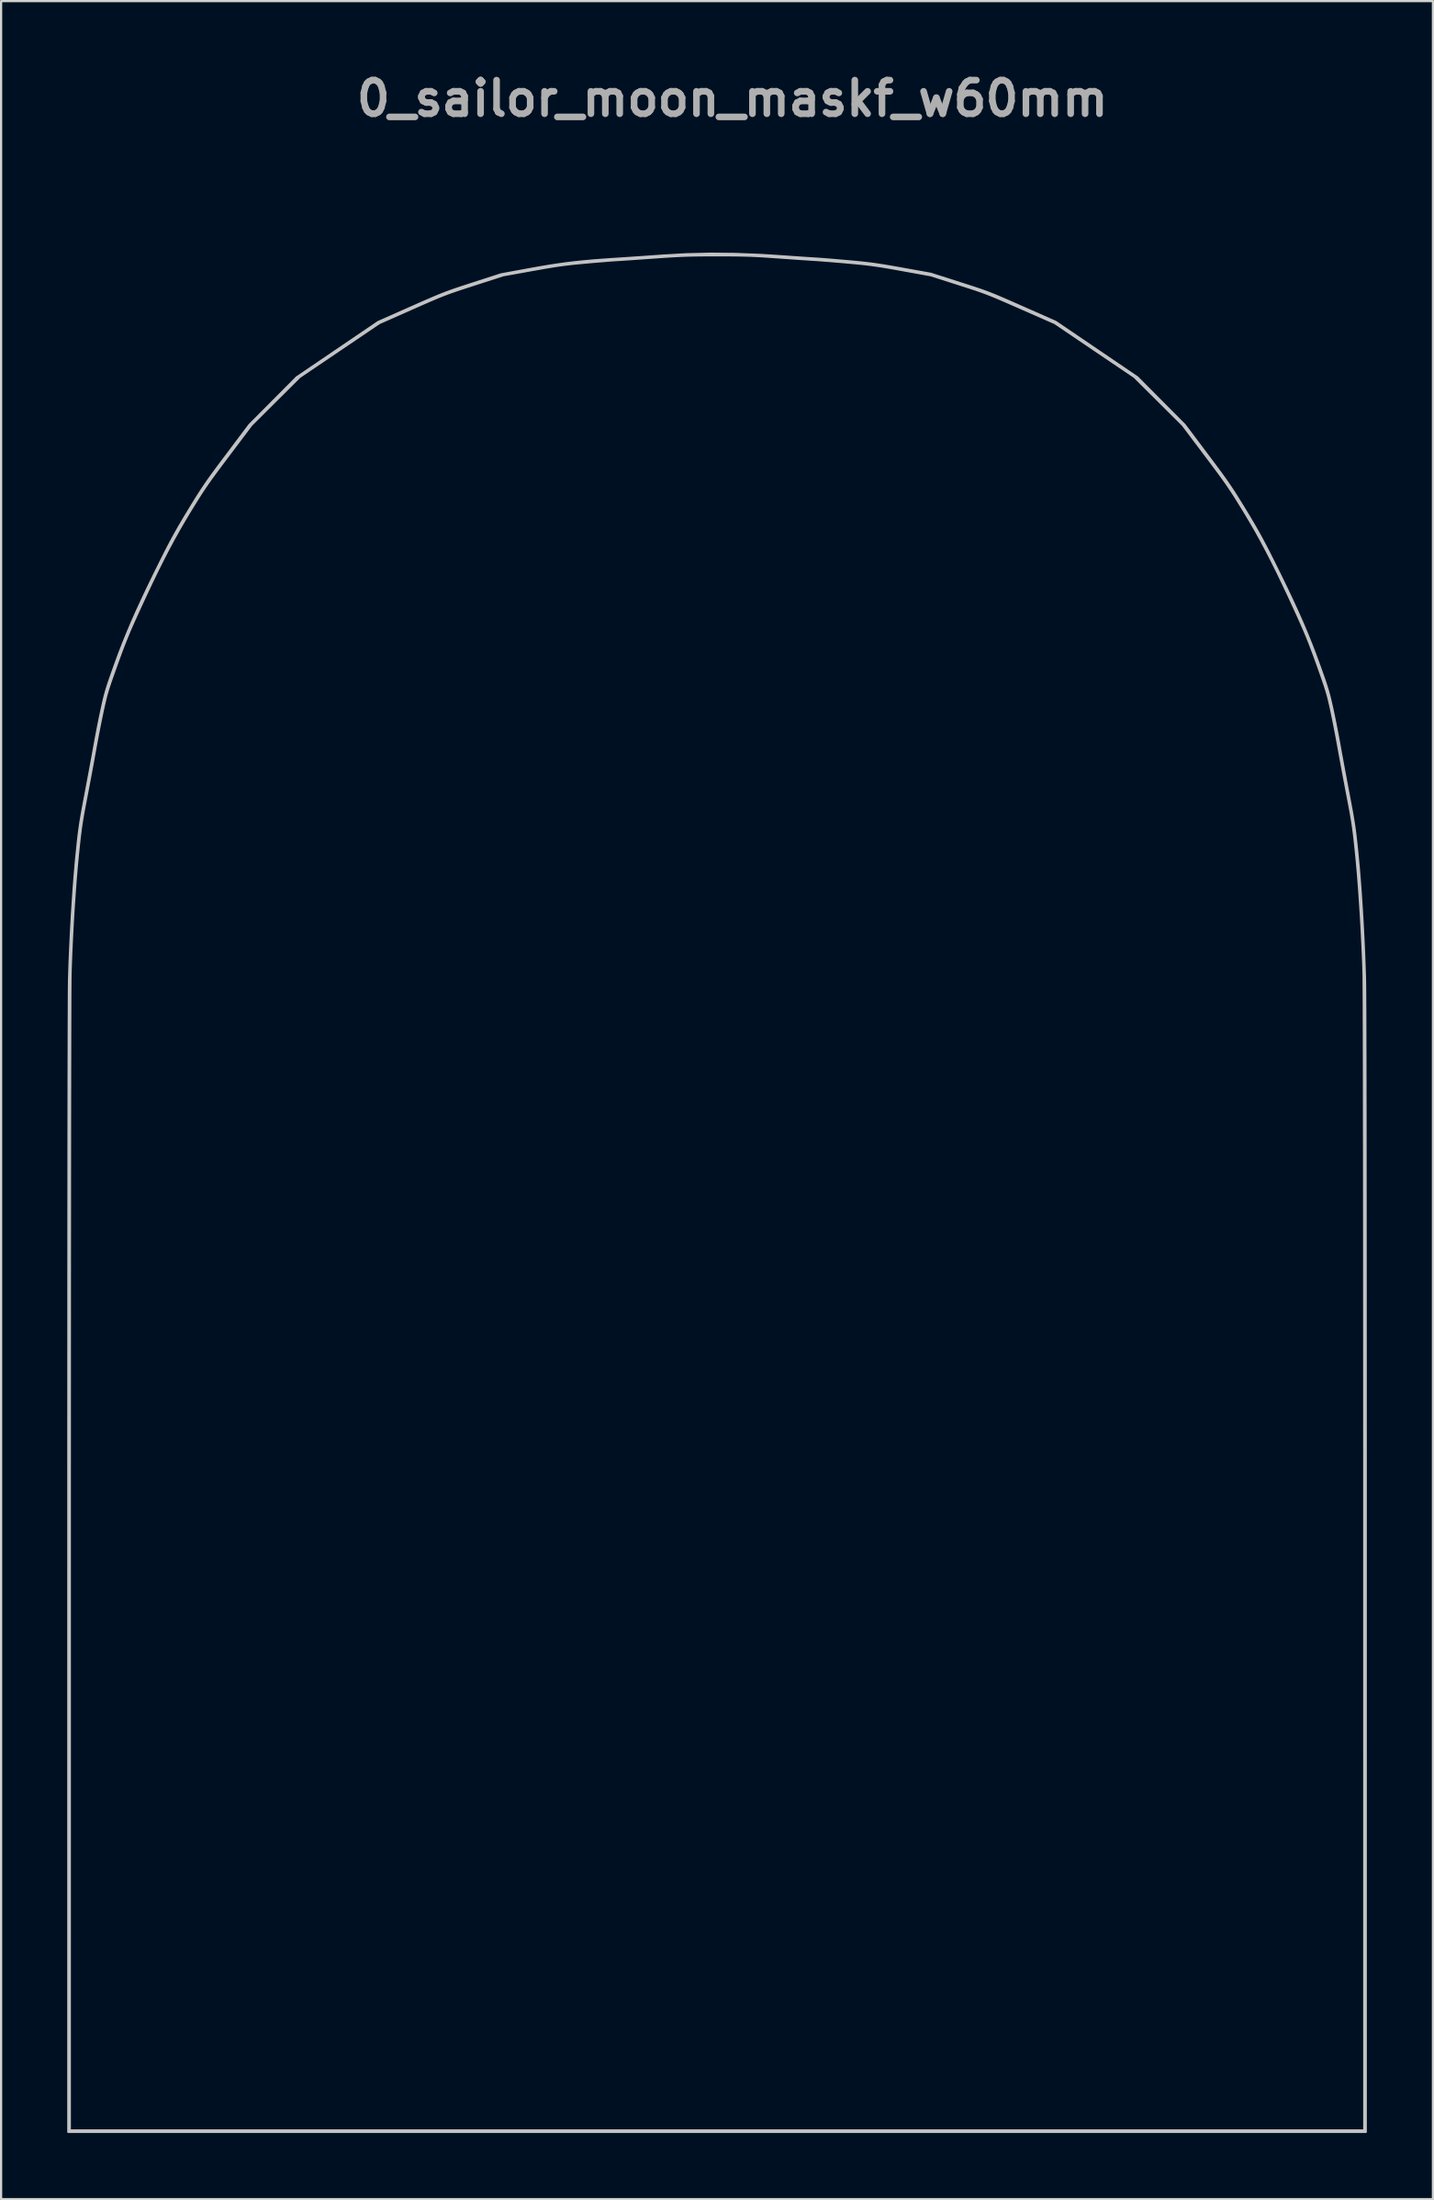
<source format=kicad_pcb>
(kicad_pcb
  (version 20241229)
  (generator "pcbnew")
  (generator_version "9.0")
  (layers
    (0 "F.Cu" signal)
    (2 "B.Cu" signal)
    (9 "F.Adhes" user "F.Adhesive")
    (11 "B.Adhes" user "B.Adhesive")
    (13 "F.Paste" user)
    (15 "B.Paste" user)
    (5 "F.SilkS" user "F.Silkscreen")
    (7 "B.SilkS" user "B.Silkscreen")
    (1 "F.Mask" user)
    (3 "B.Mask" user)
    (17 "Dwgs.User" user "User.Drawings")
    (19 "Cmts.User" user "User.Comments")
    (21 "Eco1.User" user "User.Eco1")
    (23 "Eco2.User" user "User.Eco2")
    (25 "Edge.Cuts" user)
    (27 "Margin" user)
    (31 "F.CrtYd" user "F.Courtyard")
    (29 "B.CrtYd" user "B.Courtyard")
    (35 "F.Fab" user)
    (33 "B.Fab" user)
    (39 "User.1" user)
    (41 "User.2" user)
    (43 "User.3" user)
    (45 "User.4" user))
  (footprint "0_sailor_moon_maskf_w60mm"
    (layer "F.Cu")
    (at 29.489 51.018)
    (property "Reference" "0_sailor_moon_maskf_w60mm" (at 0.7 -49.6 0) (layer "F.Fab") (effects (font (size 1.524 1.524) (thickness 0.3))))
    (attr board_only exclude_from_pos_files exclude_from_bom)
    (fp_poly (pts (xy 21.155 -17.681) (xy 21.196 -17.652) (xy 21.236 -17.594) (xy 21.279 -17.501) (xy 21.326 -17.368) (xy 21.38 -17.187) (xy 21.445 -16.951) (xy 21.492 -16.772) (xy 21.557 -16.525) (xy 21.635 -16.238) (xy 21.718 -15.932) (xy 21.801 -15.633) (xy 21.876 -15.363) (xy 21.879 -15.353) (xy 22.007 -14.89) (xy 22.118 -14.458) (xy 22.216 -14.04) (xy 22.304 -13.619) (xy 22.386 -13.177) (xy 22.467 -12.699) (xy 22.526 -12.314) (xy 22.574 -11.986) (xy 22.612 -11.719) (xy 22.639 -11.505) (xy 22.656 -11.338) (xy 22.664 -11.213) (xy 22.663 -11.123) (xy 22.653 -11.062) (xy 22.634 -11.023) (xy 22.616 -11.007) (xy 22.59 -10.991) (xy 22.563 -10.986) (xy 22.514 -10.996) (xy 22.425 -11.021) (xy 22.396 -11.029) (xy 22.266 -11.069) (xy 22.132 -11.115) (xy 22.106 -11.124) (xy 21.859 -11.204) (xy 21.599 -11.262) (xy 21.311 -11.3) (xy 20.982 -11.32) (xy 20.694 -11.323) (xy 20.4 -11.318) (xy 20.101 -11.303) (xy 19.812 -11.281) (xy 19.548 -11.252) (xy 19.324 -11.218) (xy 19.2 -11.193) (xy 19.153 -11.187) (xy 19.131 -11.212) (xy 19.125 -11.283) (xy 19.125 -11.317) (xy 19.142 -11.445) (xy 19.186 -11.581) (xy 19.2 -11.613) (xy 19.26 -11.799) (xy 19.266 -12.013) (xy 19.22 -12.261) (xy 19.208 -12.301) (xy 19.17 -12.455) (xy 19.135 -12.64) (xy 19.104 -12.84) (xy 19.081 -13.04) (xy 19.066 -13.222) (xy 19.061 -13.372) (xy 19.07 -13.473) (xy 19.07 -13.473) (xy 19.093 -13.544) (xy 19.138 -13.624) (xy 19.212 -13.724) (xy 19.321 -13.854) (xy 19.428 -13.974) (xy 19.608 -14.181) (xy 19.796 -14.414) (xy 19.983 -14.66) (xy 20.163 -14.91) (xy 20.327 -15.152) (xy 20.469 -15.376) (xy 20.581 -15.572) (xy 20.653 -15.721) (xy 20.783 -16.082) (xy 20.89 -16.462) (xy 20.969 -16.843) (xy 21.016 -17.204) (xy 21.028 -17.459) (xy 21.029 -17.58) (xy 21.036 -17.649) (xy 21.055 -17.681) (xy 21.09 -17.69) (xy 21.11 -17.69)) (stroke (width 0) (type solid)) (fill yes) (layer "F.Mask"))
    (fp_poly (pts (xy 1.414 -6.263) (xy 1.714 -6.253) (xy 2.034 -6.238) (xy 2.365 -6.221) (xy 2.697 -6.201) (xy 3.021 -6.179) (xy 3.329 -6.156) (xy 3.611 -6.132) (xy 3.858 -6.109) (xy 4.062 -6.086) (xy 4.212 -6.065) (xy 4.265 -6.055) (xy 4.369 -6.031) (xy 4.45 -6.007) (xy 4.512 -5.973) (xy 4.557 -5.923) (xy 4.589 -5.848) (xy 4.611 -5.74) (xy 4.624 -5.592) (xy 4.634 -5.395) (xy 4.641 -5.142) (xy 4.644 -5.041) (xy 4.661 -4.611) (xy 4.688 -4.245) (xy 4.724 -3.938) (xy 4.771 -3.69) (xy 4.829 -3.496) (xy 4.899 -3.354) (xy 4.981 -3.261) (xy 5.007 -3.242) (xy 5.088 -3.203) (xy 5.163 -3.194) (xy 5.242 -3.219) (xy 5.332 -3.282) (xy 5.441 -3.39) (xy 5.578 -3.545) (xy 5.635 -3.613) (xy 5.742 -3.736) (xy 5.844 -3.843) (xy 5.927 -3.921) (xy 5.973 -3.954) (xy 6.039 -3.984) (xy 6.07 -3.976) (xy 6.087 -3.929) (xy 6.1 -3.822) (xy 6.1 -3.661) (xy 6.086 -3.455) (xy 6.062 -3.215) (xy 6.027 -2.952) (xy 5.983 -2.675) (xy 5.932 -2.396) (xy 5.875 -2.124) (xy 5.859 -2.055) (xy 5.738 -1.618) (xy 5.587 -1.194) (xy 5.411 -0.794) (xy 5.215 -0.426) (xy 5.003 -0.101) (xy 4.781 0.171) (xy 4.679 0.274) (xy 4.534 0.408) (xy 4.42 0.501) (xy 4.32 0.558) (xy 4.216 0.585) (xy 4.094 0.585) (xy 3.936 0.564) (xy 3.772 0.535) (xy 3.563 0.516) (xy 3.365 0.543) (xy 3.229 0.587) (xy 3.067 0.63) (xy 2.944 0.624) (xy 2.864 0.568) (xy 2.858 0.559) (xy 2.833 0.495) (xy 2.802 0.383) (xy 2.771 0.241) (xy 2.755 0.15) (xy 2.701 -0.152) (xy 2.642 -0.475) (xy 2.577 -0.809) (xy 2.509 -1.147) (xy 2.44 -1.479) (xy 2.372 -1.798) (xy 2.306 -2.095) (xy 2.244 -2.361) (xy 2.189 -2.588) (xy 2.141 -2.768) (xy 2.103 -2.891) (xy 2.099 -2.904) (xy 2.008 -3.102) (xy 1.901 -3.241) (xy 1.768 -3.327) (xy 1.603 -3.367) (xy 1.519 -3.372) (xy 1.394 -3.4) (xy 1.305 -3.482) (xy 1.267 -3.557) (xy 1.216 -3.698) (xy 1.153 -3.887) (xy 1.081 -4.111) (xy 1.002 -4.361) (xy 0.922 -4.626) (xy 0.842 -4.894) (xy 0.766 -5.155) (xy 0.698 -5.397) (xy 0.64 -5.61) (xy 0.595 -5.782) (xy 0.568 -5.903) (xy 0.567 -5.912) (xy 0.548 -6.032) (xy 0.548 -6.109) (xy 0.568 -6.168) (xy 0.586 -6.199) (xy 0.642 -6.285)) (stroke (width 0) (type solid)) (fill yes) (layer "F.Mask"))
    (fp_poly (pts (xy -7.254 -0.396) (xy -7.221 -0.323) (xy -7.192 -0.206) (xy -7.166 -0.04) (xy -7.141 0.177) (xy -7.115 0.451) (xy -7.087 0.783) (xy -7.058 1.135) (xy -6.992 1.83) (xy -6.909 2.531) (xy -6.811 3.227) (xy -6.7 3.905) (xy -6.579 4.552) (xy -6.449 5.155) (xy -6.338 5.602) (xy -6.245 5.934) (xy -6.131 6.307) (xy -6.003 6.7) (xy -5.867 7.093) (xy -5.73 7.467) (xy -5.635 7.71) (xy -5.524 7.973) (xy -5.386 8.278) (xy -5.229 8.609) (xy -5.061 8.95) (xy -4.89 9.287) (xy -4.722 9.602) (xy -4.566 9.882) (xy -4.526 9.951) (xy -4.411 10.151) (xy -4.328 10.303) (xy -4.275 10.418) (xy -4.247 10.502) (xy -4.239 10.56) (xy -4.239 10.681) (xy -4.397 10.677) (xy -4.486 10.672) (xy -4.625 10.664) (xy -4.799 10.651) (xy -4.992 10.637) (xy -5.09 10.629) (xy -5.382 10.602) (xy -5.687 10.567) (xy -6.013 10.522) (xy -6.37 10.466) (xy -6.766 10.397) (xy -7.209 10.315) (xy -7.657 10.228) (xy -8.217 10.115) (xy -8.712 10.011) (xy -9.144 9.915) (xy -9.513 9.828) (xy -9.821 9.749) (xy -10.069 9.677) (xy -10.258 9.612) (xy -10.39 9.554) (xy -10.453 9.515) (xy -10.483 9.488) (xy -10.502 9.457) (xy -10.511 9.411) (xy -10.511 9.336) (xy -10.503 9.22) (xy -10.487 9.051) (xy -10.486 9.042) (xy -10.472 8.883) (xy -10.464 8.743) (xy -10.463 8.609) (xy -10.47 8.468) (xy -10.485 8.307) (xy -10.51 8.112) (xy -10.545 7.87) (xy -10.564 7.747) (xy -10.617 7.399) (xy -10.518 7.046) (xy -10.463 6.848) (xy -10.425 6.7) (xy -10.403 6.588) (xy -10.395 6.497) (xy -10.401 6.413) (xy -10.419 6.323) (xy -10.448 6.212) (xy -10.449 6.207) (xy -10.48 6.085) (xy -10.501 5.971) (xy -10.511 5.858) (xy -10.509 5.737) (xy -10.494 5.601) (xy -10.464 5.442) (xy -10.419 5.253) (xy -10.357 5.026) (xy -10.277 4.752) (xy -10.177 4.424) (xy -10.151 4.339) (xy -10.025 3.934) (xy -9.914 3.587) (xy -9.814 3.288) (xy -9.724 3.031) (xy -9.64 2.808) (xy -9.558 2.612) (xy -9.477 2.435) (xy -9.393 2.269) (xy -9.304 2.108) (xy -9.252 2.019) (xy -9.197 1.934) (xy -9.106 1.804) (xy -8.986 1.638) (xy -8.843 1.444) (xy -8.684 1.23) (xy -8.513 1.004) (xy -8.339 0.774) (xy -8.165 0.549) (xy -8 0.336) (xy -7.848 0.144) (xy -7.717 -0.02) (xy -7.644 -0.108) (xy -7.547 -0.224) (xy -7.466 -0.317) (xy -7.397 -0.385) (xy -7.34 -0.423) (xy -7.293 -0.428)) (stroke (width 0) (type solid)) (fill yes) (layer "F.Mask"))
    (fp_poly (pts (xy 10.669 -14.601) (xy 10.672 -14.597) (xy 10.705 -14.526) (xy 10.731 -14.429) (xy 10.732 -14.421) (xy 10.778 -14.193) (xy 10.843 -13.994) (xy 10.939 -13.792) (xy 10.963 -13.748) (xy 11.035 -13.612) (xy 11.117 -13.448) (xy 11.203 -13.265) (xy 11.29 -13.076) (xy 11.371 -12.891) (xy 11.443 -12.722) (xy 11.499 -12.58) (xy 11.536 -12.476) (xy 11.548 -12.424) (xy 11.522 -12.353) (xy 11.469 -12.299) (xy 11.4 -12.217) (xy 11.372 -12.103) (xy 11.382 -11.972) (xy 11.425 -11.839) (xy 11.497 -11.722) (xy 11.595 -11.635) (xy 11.642 -11.611) (xy 11.736 -11.602) (xy 11.884 -11.621) (xy 11.953 -11.635) (xy 12.08 -11.659) (xy 12.191 -11.672) (xy 12.261 -11.67) (xy 12.261 -11.669) (xy 12.321 -11.643) (xy 12.419 -11.588) (xy 12.539 -11.515) (xy 12.602 -11.473) (xy 12.759 -11.371) (xy 12.935 -11.261) (xy 13.096 -11.163) (xy 13.124 -11.147) (xy 13.283 -11.045) (xy 13.378 -10.962) (xy 13.41 -10.899) (xy 13.377 -10.855) (xy 13.281 -10.832) (xy 13.122 -10.828) (xy 13.027 -10.834) (xy 12.864 -10.841) (xy 12.706 -10.837) (xy 12.529 -10.819) (xy 12.31 -10.785) (xy 12.298 -10.783) (xy 12.018 -10.735) (xy 11.793 -10.694) (xy 11.611 -10.655) (xy 11.459 -10.617) (xy 11.325 -10.575) (xy 11.199 -10.527) (xy 11.067 -10.468) (xy 10.931 -10.403) (xy 10.749 -10.318) (xy 10.555 -10.237) (xy 10.374 -10.169) (xy 10.238 -10.127) (xy 10.088 -10.083) (xy 9.946 -10.035) (xy 9.837 -9.991) (xy 9.814 -9.98) (xy 9.696 -9.937) (xy 9.57 -9.914) (xy 9.546 -9.913) (xy 9.455 -9.922) (xy 9.376 -9.957) (xy 9.284 -10.03) (xy 9.266 -10.047) (xy 9.153 -10.133) (xy 9.04 -10.176) (xy 8.92 -10.175) (xy 8.785 -10.128) (xy 8.628 -10.031) (xy 8.441 -9.884) (xy 8.361 -9.815) (xy 8.256 -9.727) (xy 8.16 -9.655) (xy 8.091 -9.613) (xy 8.083 -9.609) (xy 7.994 -9.592) (xy 7.854 -9.584) (xy 7.676 -9.586) (xy 7.475 -9.597) (xy 7.267 -9.618) (xy 7.193 -9.627) (xy 7.049 -9.649) (xy 6.923 -9.67) (xy 6.835 -9.688) (xy 6.815 -9.694) (xy 6.756 -9.736) (xy 6.749 -9.796) (xy 6.792 -9.855) (xy 6.859 -9.89) (xy 6.99 -9.949) (xy 7.158 -10.053) (xy 7.356 -10.193) (xy 7.576 -10.366) (xy 7.811 -10.565) (xy 8.052 -10.785) (xy 8.198 -10.924) (xy 8.354 -11.077) (xy 8.482 -11.204) (xy 8.589 -11.316) (xy 8.684 -11.423) (xy 8.774 -11.534) (xy 8.867 -11.658) (xy 8.972 -11.807) (xy 9.096 -11.989) (xy 9.247 -12.215) (xy 9.287 -12.276) (xy 9.538 -12.657) (xy 9.75 -12.991) (xy 9.927 -13.283) (xy 10.072 -13.539) (xy 10.187 -13.763) (xy 10.275 -13.962) (xy 10.339 -14.141) (xy 10.383 -14.305) (xy 10.397 -14.38) (xy 10.427 -14.488) (xy 10.483 -14.559) (xy 10.526 -14.588) (xy 10.597 -14.628) (xy 10.637 -14.632)) (stroke (width 0) (type solid)) (fill yes) (layer "F.Mask"))
    (fp_poly (pts (xy 22.793 -9.558) (xy 22.847 -9.527) (xy 22.868 -9.507) (xy 22.884 -9.481) (xy 22.895 -9.438) (xy 22.903 -9.372) (xy 22.908 -9.272) (xy 22.91 -9.131) (xy 22.91 -8.94) (xy 22.909 -8.691) (xy 22.909 -8.685) (xy 22.905 -8.414) (xy 22.896 -8.121) (xy 22.884 -7.827) (xy 22.87 -7.555) (xy 22.853 -7.324) (xy 22.851 -7.293) (xy 22.833 -7.092) (xy 22.811 -6.842) (xy 22.786 -6.558) (xy 22.759 -6.258) (xy 22.733 -5.958) (xy 22.713 -5.724) (xy 22.689 -5.462) (xy 22.666 -5.209) (xy 22.643 -4.976) (xy 22.623 -4.775) (xy 22.606 -4.616) (xy 22.594 -4.512) (xy 22.593 -4.506) (xy 22.561 -4.322) (xy 22.511 -4.088) (xy 22.447 -3.82) (xy 22.372 -3.531) (xy 22.29 -3.235) (xy 22.204 -2.946) (xy 22.196 -2.921) (xy 21.972 -2.194) (xy 21.748 -1.448) (xy 21.566 -0.831) (xy 21.467 -0.499) (xy 21.377 -0.215) (xy 21.288 0.039) (xy 21.195 0.281) (xy 21.09 0.527) (xy 20.967 0.796) (xy 20.862 1.018) (xy 20.77 1.202) (xy 20.653 1.426) (xy 20.518 1.678) (xy 20.371 1.948) (xy 20.217 2.224) (xy 20.063 2.496) (xy 19.915 2.754) (xy 19.779 2.986) (xy 19.66 3.181) (xy 19.566 3.33) (xy 19.557 3.342) (xy 19.276 3.74) (xy 18.947 4.168) (xy 18.577 4.621) (xy 18.375 4.856) (xy 18.2 5.058) (xy 18.01 5.278) (xy 17.819 5.498) (xy 17.643 5.703) (xy 17.495 5.874) (xy 17.495 5.874) (xy 17.344 6.048) (xy 17.185 6.231) (xy 17.033 6.405) (xy 16.901 6.554) (xy 16.845 6.618) (xy 16.596 6.871) (xy 16.294 7.137) (xy 15.949 7.406) (xy 15.572 7.67) (xy 15.173 7.922) (xy 15.137 7.944) (xy 15.022 8.012) (xy 14.864 8.109) (xy 14.673 8.226) (xy 14.462 8.356) (xy 14.242 8.492) (xy 14.102 8.58) (xy 13.845 8.738) (xy 13.638 8.862) (xy 13.472 8.955) (xy 13.342 9.018) (xy 13.24 9.055) (xy 13.16 9.068) (xy 13.095 9.06) (xy 13.039 9.034) (xy 13.009 9.013) (xy 12.945 8.95) (xy 12.861 8.849) (xy 12.764 8.723) (xy 12.664 8.583) (xy 12.569 8.441) (xy 12.486 8.31) (xy 12.424 8.202) (xy 12.392 8.127) (xy 12.389 8.107) (xy 12.409 8.074) (xy 12.464 8.024) (xy 12.558 7.955) (xy 12.697 7.863) (xy 12.884 7.745) (xy 13.126 7.598) (xy 13.127 7.598) (xy 13.496 7.372) (xy 13.807 7.176) (xy 14.061 7.008) (xy 14.26 6.867) (xy 14.405 6.752) (xy 14.498 6.662) (xy 14.515 6.64) (xy 14.57 6.521) (xy 14.596 6.366) (xy 14.594 6.2) (xy 14.562 6.049) (xy 14.526 5.969) (xy 14.412 5.823) (xy 14.245 5.66) (xy 14.034 5.486) (xy 13.789 5.309) (xy 13.518 5.136) (xy 13.234 4.975) (xy 13.07 4.885) (xy 12.958 4.816) (xy 12.89 4.759) (xy 12.857 4.709) (xy 12.85 4.671) (xy 12.873 4.603) (xy 12.941 4.496) (xy 13.056 4.348) (xy 13.218 4.16) (xy 13.428 3.93) (xy 13.687 3.656) (xy 13.783 3.557) (xy 13.989 3.343) (xy 14.217 3.104) (xy 14.451 2.857) (xy 14.676 2.618) (xy 14.875 2.405) (xy 14.939 2.335) (xy 15.106 2.155) (xy 15.305 1.938) (xy 15.526 1.698) (xy 15.757 1.447) (xy 15.985 1.2) (xy 16.198 0.968) (xy 16.213 0.951) (xy 16.859 0.259) (xy 17.471 -0.377) (xy 18.049 -0.955) (xy 18.592 -1.477) (xy 19.101 -1.942) (xy 19.576 -2.35) (xy 19.939 -2.642) (xy 20.006 -2.682) (xy 20.112 -2.735) (xy 20.223 -2.783) (xy 20.496 -2.916) (xy 20.737 -3.082) (xy 20.951 -3.289) (xy 21.144 -3.541) (xy 21.321 -3.847) (xy 21.488 -4.212) (xy 21.505 -4.252) (xy 21.547 -4.361) (xy 21.584 -4.469) (xy 21.617 -4.585) (xy 21.649 -4.719) (xy 21.682 -4.88) (xy 21.717 -5.078) (xy 21.757 -5.321) (xy 21.804 -5.621) (xy 21.81 -5.659) (xy 21.855 -5.958) (xy 21.888 -6.203) (xy 21.911 -6.403) (xy 21.922 -6.57) (xy 21.925 -6.714) (xy 21.918 -6.846) (xy 21.902 -6.976) (xy 21.892 -7.04) (xy 21.804 -7.412) (xy 21.667 -7.749) (xy 21.476 -8.061) (xy 21.225 -8.356) (xy 21.119 -8.46) (xy 20.97 -8.606) (xy 20.869 -8.717) (xy 20.812 -8.801) (xy 20.795 -8.865) (xy 20.815 -8.916) (xy 20.84 -8.942) (xy 20.9 -8.975) (xy 21.013 -9.024) (xy 21.168 -9.086) (xy 21.356 -9.155) (xy 21.565 -9.229) (xy 21.784 -9.305) (xy 22.003 -9.378) (xy 22.212 -9.444) (xy 22.399 -9.501) (xy 22.553 -9.545) (xy 22.665 -9.572) (xy 22.717 -9.578)) (stroke (width 0) (type solid)) (fill yes) (layer "F.Mask"))
    (fp_poly (pts (xy -14.776 -8.468) (xy -14.224 -8.447) (xy -13.691 -8.408) (xy -13.191 -8.35) (xy -12.738 -8.275) (xy -12.606 -8.248) (xy -12.324 -8.184) (xy -12.102 -8.13) (xy -11.931 -8.08) (xy -11.805 -8.031) (xy -11.718 -7.979) (xy -11.662 -7.92) (xy -11.631 -7.85) (xy -11.618 -7.766) (xy -11.615 -7.686) (xy -11.623 -7.594) (xy -11.647 -7.447) (xy -11.683 -7.254) (xy -11.73 -7.023) (xy -11.786 -6.764) (xy -11.85 -6.485) (xy -11.918 -6.196) (xy -11.99 -5.906) (xy -12.063 -5.624) (xy -12.08 -5.557) (xy -12.144 -5.301) (xy -12.205 -5.013) (xy -12.263 -4.71) (xy -12.315 -4.403) (xy -12.358 -4.108) (xy -12.391 -3.838) (xy -12.411 -3.608) (xy -12.416 -3.466) (xy -12.419 -3.406) (xy -12.429 -3.341) (xy -12.45 -3.263) (xy -12.484 -3.165) (xy -12.535 -3.04) (xy -12.603 -2.88) (xy -12.694 -2.678) (xy -12.809 -2.427) (xy -12.882 -2.27) (xy -12.982 -2.05) (xy -13.095 -1.796) (xy -13.211 -1.531) (xy -13.317 -1.282) (xy -13.357 -1.187) (xy -13.454 -0.958) (xy -13.569 -0.695) (xy -13.69 -0.421) (xy -13.808 -0.162) (xy -13.874 -0.022) (xy -14.027 0.306) (xy -14.159 0.589) (xy -14.276 0.842) (xy -14.384 1.082) (xy -14.49 1.322) (xy -14.602 1.58) (xy -14.726 1.869) (xy -14.847 2.153) (xy -14.956 2.408) (xy -15.07 2.669) (xy -15.181 2.923) (xy -15.285 3.155) (xy -15.374 3.351) (xy -15.431 3.472) (xy -15.527 3.677) (xy -15.632 3.904) (xy -15.732 4.126) (xy -15.817 4.317) (xy -15.82 4.323) (xy -15.878 4.45) (xy -15.96 4.622) (xy -16.062 4.828) (xy -16.177 5.057) (xy -16.299 5.298) (xy -16.422 5.538) (xy -16.541 5.766) (xy -16.65 5.971) (xy -16.742 6.141) (xy -16.812 6.265) (xy -16.823 6.283) (xy -16.878 6.375) (xy -17.025 6.271) (xy -17.283 6.059) (xy -17.483 5.832) (xy -17.528 5.767) (xy -17.598 5.621) (xy -17.606 5.487) (xy -17.554 5.352) (xy -17.537 5.324) (xy -17.509 5.263) (xy -17.469 5.156) (xy -17.426 5.022) (xy -17.408 4.961) (xy -17.366 4.798) (xy -17.34 4.65) (xy -17.326 4.49) (xy -17.323 4.291) (xy -17.323 4.287) (xy -17.325 4.113) (xy -17.334 3.974) (xy -17.353 3.847) (xy -17.386 3.707) (xy -17.438 3.529) (xy -17.442 3.515) (xy -17.55 3.185) (xy -17.654 2.915) (xy -17.754 2.709) (xy -17.838 2.58) (xy -17.936 2.482) (xy -18.075 2.373) (xy -18.235 2.266) (xy -18.395 2.176) (xy -18.498 2.13) (xy -18.643 2.09) (xy -18.796 2.071) (xy -18.937 2.073) (xy -19.049 2.097) (xy -19.103 2.13) (xy -19.157 2.218) (xy -19.157 2.304) (xy -19.099 2.392) (xy -18.981 2.486) (xy -18.802 2.59) (xy -18.75 2.616) (xy -18.586 2.699) (xy -18.467 2.767) (xy -18.379 2.83) (xy -18.305 2.902) (xy -18.232 2.994) (xy -18.184 3.059) (xy -18.067 3.231) (xy -17.988 3.371) (xy -17.94 3.496) (xy -17.917 3.625) (xy -17.91 3.772) (xy -17.916 3.93) (xy -17.938 4.05) (xy -17.98 4.157) (xy -17.987 4.172) (xy -18.067 4.299) (xy -18.173 4.432) (xy -18.288 4.551) (xy -18.395 4.637) (xy -18.424 4.655) (xy -18.578 4.71) (xy -18.741 4.726) (xy -18.884 4.701) (xy -18.896 4.697) (xy -18.963 4.655) (xy -19.07 4.573) (xy -19.207 4.459) (xy -19.367 4.319) (xy -19.542 4.162) (xy -19.722 3.994) (xy -19.901 3.823) (xy -20.071 3.657) (xy -20.222 3.503) (xy -20.347 3.368) (xy -20.365 3.348) (xy -20.809 2.819) (xy -21.266 2.23) (xy -21.731 1.586) (xy -22.201 0.89) (xy -22.673 0.149) (xy -23.144 -0.633) (xy -23.271 -0.851) (xy -23.371 -1.027) (xy -23.485 -1.233) (xy -23.61 -1.461) (xy -23.741 -1.704) (xy -23.874 -1.952) (xy -24.004 -2.199) (xy -24.128 -2.436) (xy -24.241 -2.654) (xy -24.339 -2.846) (xy -24.418 -3.004) (xy -24.472 -3.119) (xy -24.499 -3.183) (xy -24.53 -3.388) (xy -24.495 -3.594) (xy -24.395 -3.799) (xy -24.389 -3.808) (xy -24.262 -3.981) (xy -24.091 -4.189) (xy -23.885 -4.425) (xy -23.649 -4.681) (xy -23.393 -4.949) (xy -23.122 -5.221) (xy -22.846 -5.49) (xy -22.571 -5.749) (xy -22.305 -5.989) (xy -22.056 -6.203) (xy -21.908 -6.324) (xy -21.281 -6.778) (xy -20.618 -7.18) (xy -19.925 -7.524) (xy -19.209 -7.808) (xy -18.858 -7.922) (xy -18.636 -7.985) (xy -18.372 -8.053) (xy -18.082 -8.123) (xy -17.781 -8.192) (xy -17.488 -8.255) (xy -17.219 -8.308) (xy -16.989 -8.348) (xy -16.906 -8.361) (xy -16.412 -8.417) (xy -15.883 -8.453) (xy -15.333 -8.47)) (stroke (width 0) (type solid)) (fill yes) (layer "F.Mask"))
    (fp_poly (pts (xy -3.621 -34.62) (xy -3.159 -34.617) (xy -2.747 -34.608) (xy -2.368 -34.591) (xy -2.006 -34.565) (xy -1.643 -34.529) (xy -1.264 -34.482) (xy -0.852 -34.422) (xy -0.571 -34.377) (xy -0.297 -34.331) (xy -0.035 -34.283) (xy 0.225 -34.23) (xy 0.491 -34.171) (xy 0.773 -34.104) (xy 1.078 -34.026) (xy 1.416 -33.934) (xy 1.796 -33.828) (xy 2.226 -33.705) (xy 2.453 -33.639) (xy 3.213 -33.411) (xy 3.916 -33.185) (xy 4.571 -32.958) (xy 5.187 -32.725) (xy 5.773 -32.482) (xy 6.339 -32.226) (xy 6.893 -31.952) (xy 7.445 -31.657) (xy 8.004 -31.336) (xy 8.58 -30.985) (xy 8.611 -30.966) (xy 8.921 -30.768) (xy 9.204 -30.576) (xy 9.473 -30.382) (xy 9.741 -30.176) (xy 10.02 -29.947) (xy 10.322 -29.688) (xy 10.596 -29.445) (xy 11.099 -28.989) (xy 11.555 -28.561) (xy 11.974 -28.152) (xy 12.364 -27.753) (xy 12.733 -27.354) (xy 13.091 -26.945) (xy 13.445 -26.516) (xy 13.805 -26.059) (xy 14.179 -25.563) (xy 14.576 -25.019) (xy 14.609 -24.973) (xy 14.779 -24.735) (xy 14.91 -24.544) (xy 15.007 -24.395) (xy 15.073 -24.28) (xy 15.109 -24.195) (xy 15.12 -24.133) (xy 15.107 -24.087) (xy 15.075 -24.053) (xy 15.061 -24.044) (xy 15.009 -24.021) (xy 14.906 -23.985) (xy 14.765 -23.938) (xy 14.601 -23.887) (xy 14.547 -23.87) (xy 14.36 -23.811) (xy 14.177 -23.747) (xy 14.016 -23.686) (xy 13.896 -23.634) (xy 13.884 -23.628) (xy 13.718 -23.562) (xy 13.528 -23.515) (xy 13.332 -23.488) (xy 13.147 -23.485) (xy 12.991 -23.504) (xy 12.891 -23.543) (xy 12.858 -23.58) (xy 12.798 -23.66) (xy 12.72 -23.772) (xy 12.652 -23.875) (xy 12.491 -24.107) (xy 12.338 -24.288) (xy 12.184 -24.426) (xy 12.017 -24.535) (xy 11.946 -24.571) (xy 11.689 -24.68) (xy 11.44 -24.751) (xy 11.184 -24.787) (xy 10.904 -24.79) (xy 10.584 -24.762) (xy 10.485 -24.748) (xy 10.286 -24.715) (xy 10.129 -24.675) (xy 9.986 -24.621) (xy 9.884 -24.573) (xy 9.582 -24.383) (xy 9.315 -24.141) (xy 9.091 -23.854) (xy 8.917 -23.531) (xy 8.876 -23.431) (xy 8.845 -23.341) (xy 8.823 -23.258) (xy 8.808 -23.167) (xy 8.8 -23.053) (xy 8.797 -22.903) (xy 8.797 -22.701) (xy 8.797 -22.696) (xy 8.799 -22.493) (xy 8.803 -22.341) (xy 8.812 -22.225) (xy 8.827 -22.13) (xy 8.851 -22.041) (xy 8.885 -21.942) (xy 8.887 -21.936) (xy 8.935 -21.789) (xy 8.952 -21.681) (xy 8.93 -21.594) (xy 8.865 -21.511) (xy 8.752 -21.413) (xy 8.718 -21.386) (xy 8.575 -21.261) (xy 8.408 -21.094) (xy 8.23 -20.9) (xy 8.054 -20.694) (xy 7.892 -20.49) (xy 7.758 -20.303) (xy 7.725 -20.253) (xy 7.624 -20.083) (xy 7.555 -19.933) (xy 7.503 -19.77) (xy 7.48 -19.676) (xy 7.439 -19.453) (xy 7.404 -19.189) (xy 7.376 -18.896) (xy 7.356 -18.589) (xy 7.345 -18.28) (xy 7.342 -17.983) (xy 7.349 -17.712) (xy 7.365 -17.48) (xy 7.392 -17.301) (xy 7.392 -17.3) (xy 7.457 -17.044) (xy 7.537 -16.837) (xy 7.642 -16.661) (xy 7.784 -16.498) (xy 7.974 -16.331) (xy 8.037 -16.281) (xy 8.136 -16.199) (xy 8.211 -16.122) (xy 8.261 -16.042) (xy 8.283 -15.954) (xy 8.277 -15.853) (xy 8.24 -15.731) (xy 8.171 -15.584) (xy 8.069 -15.405) (xy 7.931 -15.188) (xy 7.756 -14.927) (xy 7.614 -14.719) (xy 7.331 -14.344) (xy 6.993 -13.959) (xy 6.611 -13.573) (xy 6.194 -13.198) (xy 5.751 -12.841) (xy 5.74 -12.833) (xy 5.224 -12.481) (xy 4.66 -12.166) (xy 4.055 -11.891) (xy 3.418 -11.66) (xy 2.757 -11.476) (xy 2.081 -11.342) (xy 1.602 -11.279) (xy 1.469 -11.269) (xy 1.289 -11.259) (xy 1.069 -11.25) (xy 0.818 -11.242) (xy 0.543 -11.235) (xy 0.254 -11.23) (xy -0.042 -11.225) (xy -0.338 -11.222) (xy -0.624 -11.221) (xy -0.892 -11.22) (xy -1.135 -11.222) (xy -1.345 -11.225) (xy -1.513 -11.229) (xy -1.631 -11.236) (xy -1.691 -11.244) (xy -1.693 -11.245) (xy -1.766 -11.301) (xy -1.856 -11.414) (xy -1.957 -11.575) (xy -2.052 -11.716) (xy -2.188 -11.892) (xy -2.357 -12.093) (xy -2.548 -12.308) (xy -2.753 -12.529) (xy -2.963 -12.745) (xy -3.169 -12.948) (xy -3.363 -13.126) (xy -3.505 -13.247) (xy -3.865 -13.514) (xy -4.219 -13.718) (xy -4.575 -13.865) (xy -4.945 -13.956) (xy -5.337 -13.994) (xy -5.758 -13.985) (xy -6.125 -13.957) (xy -6.425 -14.084) (xy -6.786 -14.205) (xy -7.183 -14.283) (xy -7.602 -14.317) (xy -8.026 -14.306) (xy -8.44 -14.251) (xy -8.761 -14.172) (xy -8.857 -14.132) (xy -8.989 -14.064) (xy -9.138 -13.978) (xy -9.262 -13.899) (xy -9.405 -13.805) (xy -9.507 -13.744) (xy -9.58 -13.709) (xy -9.638 -13.694) (xy -9.694 -13.696) (xy -9.729 -13.701) (xy -9.823 -13.714) (xy -9.96 -13.728) (xy -10.116 -13.741) (xy -10.182 -13.746) (xy -10.336 -13.759) (xy -10.441 -13.774) (xy -10.515 -13.797) (xy -10.575 -13.832) (xy -10.613 -13.862) (xy -10.792 -13.987) (xy -11.023 -14.101) (xy -11.31 -14.205) (xy -11.655 -14.302) (xy -12.062 -14.392) (xy -12.116 -14.402) (xy -12.516 -14.485) (xy -12.851 -14.567) (xy -13.125 -14.649) (xy -13.339 -14.733) (xy -13.496 -14.819) (xy -13.599 -14.908) (xy -13.628 -14.948) (xy -13.684 -15.066) (xy -13.734 -15.209) (xy -13.771 -15.348) (xy -13.784 -15.454) (xy -13.801 -15.51) (xy -13.855 -15.587) (xy -13.951 -15.693) (xy -14.06 -15.8) (xy -14.191 -15.929) (xy -14.275 -16.028) (xy -14.315 -16.111) (xy -14.313 -16.194) (xy -14.271 -16.291) (xy -14.193 -16.418) (xy -14.169 -16.455) (xy -14.089 -16.581) (xy -14.014 -16.706) (xy -13.961 -16.803) (xy -13.96 -16.805) (xy -13.805 -17.189) (xy -13.707 -17.605) (xy -13.665 -18.048) (xy -13.681 -18.516) (xy -13.753 -19.005) (xy -13.858 -19.425) (xy -13.973 -19.763) (xy -14.112 -20.06) (xy -14.289 -20.34) (xy -14.494 -20.6) (xy -14.815 -20.947) (xy -15.136 -21.234) (xy -15.466 -21.467) (xy -15.814 -21.651) (xy -16.188 -21.793) (xy -16.241 -21.809) (xy -16.624 -21.911) (xy -16.982 -21.976) (xy -17.325 -22.003) (xy -17.664 -21.992) (xy -18.011 -21.941) (xy -18.375 -21.85) (xy -18.769 -21.717) (xy -19.192 -21.546) (xy -19.382 -21.458) (xy -19.511 -21.379) (xy -19.585 -21.307) (xy -19.609 -21.237) (xy -19.605 -21.206) (xy -19.552 -21.126) (xy -19.442 -21.081) (xy -19.274 -21.069) (xy -19.149 -21.077) (xy -18.871 -21.102) (xy -18.594 -21.12) (xy -18.332 -21.128) (xy -18.101 -21.129) (xy -17.917 -21.119) (xy -17.89 -21.117) (xy -17.676 -21.076) (xy -17.426 -21.002) (xy -17.157 -20.9) (xy -16.886 -20.776) (xy -16.871 -20.768) (xy -16.736 -20.682) (xy -16.578 -20.553) (xy -16.408 -20.393) (xy -16.241 -20.215) (xy -16.09 -20.032) (xy -16.043 -19.969) (xy -15.887 -19.7) (xy -15.77 -19.38) (xy -15.693 -19.014) (xy -15.657 -18.604) (xy -15.655 -18.472) (xy -15.68 -18.182) (xy -15.755 -17.865) (xy -15.874 -17.533) (xy -16.034 -17.2) (xy -16.229 -16.878) (xy -16.277 -16.808) (xy -16.469 -16.589) (xy -16.717 -16.389) (xy -17.01 -16.214) (xy -17.34 -16.07) (xy -17.573 -15.994) (xy -17.731 -15.954) (xy -17.875 -15.929) (xy -18.029 -15.915) (xy -18.219 -15.911) (xy -18.274 -15.91) (xy -18.5 -15.915) (xy -18.692 -15.929) (xy -18.866 -15.958) (xy -19.039 -16.006) (xy -19.228 -16.076) (xy -19.451 -16.174) (xy -19.568 -16.229) (xy -19.784 -16.328) (xy -19.951 -16.396) (xy -20.078 -16.434) (xy -20.174 -16.445) (xy -20.249 -16.429) (xy -20.311 -16.388) (xy -20.341 -16.357) (xy -20.375 -16.308) (xy -20.38 -16.25) (xy -20.36 -16.156) (xy -20.359 -16.149) (xy -20.269 -15.941) (xy -20.114 -15.739) (xy -19.894 -15.541) (xy -19.611 -15.351) (xy -19.265 -15.167) (xy -18.858 -14.992) (xy -18.441 -14.841) (xy -18.074 -14.719) (xy -17.978 -14.537) (xy -17.883 -14.354) (xy -17.094 -13.948) (xy -16.778 -13.786) (xy -16.516 -13.65) (xy -16.304 -13.539) (xy -16.134 -13.449) (xy -16.003 -13.377) (xy -15.905 -13.32) (xy -15.835 -13.275) (xy -15.788 -13.239) (xy -15.757 -13.209) (xy -15.738 -13.181) (xy -15.726 -13.152) (xy -15.725 -13.15) (xy -15.711 -13.073) (xy -15.735 -13.018) (xy -15.803 -12.981) (xy -15.922 -12.959) (xy -16.099 -12.951) (xy -16.173 -12.95) (xy -16.403 -12.944) (xy -16.686 -12.924) (xy -17.01 -12.893) (xy -17.363 -12.852) (xy -17.733 -12.803) (xy -18.108 -12.747) (xy -18.403 -12.697) (xy -18.767 -12.625) (xy -19.128 -12.538) (xy -19.495 -12.432) (xy -19.88 -12.303) (xy -20.294 -12.147) (xy -20.748 -11.962) (xy -21.028 -11.842) (xy -21.555 -11.597) (xy -22.063 -11.325) (xy -22.569 -11.018) (xy -23.084 -10.668) (xy -23.431 -10.413) (xy -23.743 -10.164) (xy -24.056 -9.885) (xy -24.376 -9.569) (xy -24.71 -9.209) (xy -25.066 -8.799) (xy -25.174 -8.67) (xy -25.297 -8.524) (xy -25.388 -8.423) (xy -25.455 -8.359) (xy -25.507 -8.324) (xy -25.553 -8.312) (xy -25.569 -8.311) (xy -25.646 -8.325) (xy -25.68 -8.378) (xy -25.682 -8.386) (xy -25.692 -8.443) (xy -25.707 -8.554) (xy -25.726 -8.706) (xy -25.748 -8.886) (xy -25.765 -9.029) (xy -25.78 -9.166) (xy -25.795 -9.309) (xy -25.809 -9.463) (xy -25.823 -9.635) (xy -25.838 -9.831) (xy -25.853 -10.058) (xy -25.87 -10.321) (xy -25.889 -10.627) (xy -25.909 -10.982) (xy -25.933 -11.393) (xy -25.952 -11.732) (xy -25.953 -11.864) (xy -25.949 -12.052) (xy -25.938 -12.289) (xy -25.921 -12.563) (xy -25.9 -12.867) (xy -25.876 -13.19) (xy -25.848 -13.523) (xy -25.818 -13.858) (xy -25.786 -14.184) (xy -25.754 -14.492) (xy -25.721 -14.773) (xy -25.689 -15.018) (xy -25.684 -15.053) (xy -25.64 -15.333) (xy -25.581 -15.665) (xy -25.51 -16.038) (xy -25.429 -16.439) (xy -25.341 -16.856) (xy -25.248 -17.279) (xy -25.154 -17.694) (xy -25.06 -18.089) (xy -24.97 -18.453) (xy -24.886 -18.774) (xy -24.835 -18.953) (xy -24.695 -19.421) (xy -24.551 -19.876) (xy -24.404 -20.309) (xy -24.259 -20.712) (xy -24.118 -21.077) (xy -23.984 -21.396) (xy -23.861 -21.66) (xy -23.833 -21.714) (xy -23.767 -21.836) (xy -23.686 -21.973) (xy -23.588 -22.13) (xy -23.468 -22.314) (xy -23.324 -22.528) (xy -23.152 -22.777) (xy -22.949 -23.067) (xy -22.711 -23.403) (xy -22.547 -23.633) (xy -22.312 -23.962) (xy -22.11 -24.243) (xy -21.936 -24.484) (xy -21.783 -24.692) (xy -21.646 -24.875) (xy -21.519 -25.04) (xy -21.396 -25.193) (xy -21.273 -25.342) (xy -21.142 -25.495) (xy -21 -25.658) (xy -20.839 -25.839) (xy -20.664 -26.034) (xy -20.445 -26.28) (xy -20.211 -26.543) (xy -19.975 -26.811) (xy -19.747 -27.072) (xy -19.536 -27.314) (xy -19.355 -27.524) (xy -19.28 -27.612) (xy -18.759 -28.189) (xy -18.175 -28.767) (xy -17.534 -29.342) (xy -16.84 -29.91) (xy -16.097 -30.468) (xy -15.31 -31.012) (xy -14.99 -31.22) (xy -14.544 -31.503) (xy -14.141 -31.752) (xy -13.769 -31.973) (xy -13.418 -32.17) (xy -13.078 -32.35) (xy -12.737 -32.517) (xy -12.384 -32.679) (xy -12.009 -32.84) (xy -11.6 -33.005) (xy -11.263 -33.137) (xy -10.693 -33.35) (xy -10.145 -33.54) (xy -9.608 -33.709) (xy -9.072 -33.861) (xy -8.527 -33.998) (xy -7.96 -34.122) (xy -7.361 -34.236) (xy -6.719 -34.344) (xy -6.023 -34.447) (xy -5.884 -34.466) (xy -4.756 -34.621)) (stroke (width 0) (type solid)) (fill yes) (layer "F.Mask"))
    (fp_poly (pts (xy 0.808 -42.551) (xy 1.954 -42.506) (xy 2.721 -42.458) (xy 3.034 -42.436) (xy 3.342 -42.415) (xy 3.634 -42.395) (xy 3.901 -42.376) (xy 4.133 -42.361) (xy 4.32 -42.349) (xy 4.453 -42.341) (xy 4.473 -42.34) (xy 4.602 -42.331) (xy 4.786 -42.318) (xy 5.013 -42.3) (xy 5.272 -42.279) (xy 5.55 -42.255) (xy 5.838 -42.23) (xy 5.975 -42.218) (xy 6.29 -42.189) (xy 6.566 -42.162) (xy 6.818 -42.134) (xy 7.059 -42.104) (xy 7.302 -42.069) (xy 7.562 -42.029) (xy 7.852 -41.98) (xy 8.186 -41.922) (xy 8.394 -41.885) (xy 9.696 -41.651) (xy 11.014 -41.23) (xy 11.317 -41.133) (xy 11.576 -41.05) (xy 11.802 -40.975) (xy 12.004 -40.906) (xy 12.192 -40.839) (xy 12.375 -40.77) (xy 12.563 -40.695) (xy 12.766 -40.611) (xy 12.993 -40.514) (xy 13.253 -40.401) (xy 13.557 -40.267) (xy 13.852 -40.137) (xy 15.37 -39.466) (xy 19.075 -36.952) (xy 20.147 -35.874) (xy 21.22 -34.796) (xy 22.238 -33.442) (xy 22.48 -33.12) (xy 22.688 -32.842) (xy 22.867 -32.599) (xy 23.024 -32.381) (xy 23.166 -32.181) (xy 23.297 -31.988) (xy 23.425 -31.795) (xy 23.556 -31.591) (xy 23.695 -31.368) (xy 23.85 -31.117) (xy 23.948 -30.957) (xy 24.167 -30.596) (xy 24.358 -30.272) (xy 24.533 -29.969) (xy 24.698 -29.67) (xy 24.864 -29.36) (xy 25.039 -29.022) (xy 25.231 -28.641) (xy 25.249 -28.605) (xy 25.569 -27.959) (xy 25.859 -27.363) (xy 26.121 -26.808) (xy 26.36 -26.288) (xy 26.578 -25.795) (xy 26.779 -25.32) (xy 26.966 -24.856) (xy 27.144 -24.395) (xy 27.304 -23.959) (xy 27.42 -23.636) (xy 27.516 -23.365) (xy 27.595 -23.136) (xy 27.66 -22.937) (xy 27.715 -22.757) (xy 27.763 -22.587) (xy 27.808 -22.415) (xy 27.852 -22.23) (xy 27.899 -22.023) (xy 27.92 -21.929) (xy 27.98 -21.645) (xy 28.047 -21.32) (xy 28.115 -20.976) (xy 28.18 -20.637) (xy 28.237 -20.328) (xy 28.252 -20.243) (xy 28.294 -20.008) (xy 28.347 -19.722) (xy 28.406 -19.397) (xy 28.471 -19.048) (xy 28.538 -18.689) (xy 28.605 -18.332) (xy 28.67 -17.993) (xy 28.67 -17.99) (xy 28.738 -17.632) (xy 28.795 -17.327) (xy 28.842 -17.061) (xy 28.882 -16.821) (xy 28.917 -16.595) (xy 28.948 -16.369) (xy 28.977 -16.13) (xy 29.007 -15.866) (xy 29.039 -15.563) (xy 29.068 -15.27) (xy 29.12 -14.72) (xy 29.169 -14.116) (xy 29.217 -13.468) (xy 29.261 -12.789) (xy 29.302 -12.09) (xy 29.338 -11.383) (xy 29.369 -10.68) (xy 29.394 -9.992) (xy 29.405 -9.629) (xy 29.407 -9.521) (xy 29.409 -9.347) (xy 29.411 -9.108) (xy 29.413 -8.805) (xy 29.415 -8.438) (xy 29.417 -8.01) (xy 29.419 -7.52) (xy 29.42 -6.969) (xy 29.422 -6.359) (xy 29.423 -5.69) (xy 29.425 -4.963) (xy 29.426 -4.179) (xy 29.428 -3.339) (xy 29.429 -2.444) (xy 29.43 -1.494) (xy 29.431 -0.491) (xy 29.432 0.565) (xy 29.433 1.672) (xy 29.434 2.83) (xy 29.435 4.038) (xy 29.435 5.295) (xy 29.436 6.6) (xy 29.437 7.952) (xy 29.437 9.35) (xy 29.438 10.794) (xy 29.438 12.283) (xy 29.438 13.815) (xy 29.438 15.39) (xy 29.438 17.007) (xy 29.438 17.081) (xy 29.439 42.623) (xy -29.439 42.623) (xy -29.439 42.556) (xy -29.372 42.556) (xy 29.372 42.556) (xy 29.371 16.847) (xy 29.371 15.285) (xy 29.371 13.759) (xy 29.371 12.27) (xy 29.37 10.82) (xy 29.37 9.409) (xy 29.369 8.038) (xy 29.369 6.709) (xy 29.368 5.423) (xy 29.367 4.18) (xy 29.367 2.982) (xy 29.366 1.83) (xy 29.365 0.725) (xy 29.364 -0.332) (xy 29.363 -1.341) (xy 29.362 -2.299) (xy 29.36 -3.206) (xy 29.359 -4.061) (xy 29.358 -4.863) (xy 29.357 -5.611) (xy 29.355 -6.303) (xy 29.354 -6.939) (xy 29.352 -7.517) (xy 29.35 -8.037) (xy 29.349 -8.497) (xy 29.347 -8.896) (xy 29.345 -9.234) (xy 29.343 -9.508) (xy 29.342 -9.719) (xy 29.34 -9.866) (xy 29.338 -9.93) (xy 29.317 -10.557) (xy 29.288 -11.214) (xy 29.255 -11.887) (xy 29.216 -12.564) (xy 29.173 -13.232) (xy 29.127 -13.877) (xy 29.079 -14.489) (xy 29.029 -15.052) (xy 29.003 -15.32) (xy 28.966 -15.677) (xy 28.933 -15.982) (xy 28.902 -16.249) (xy 28.87 -16.492) (xy 28.837 -16.726) (xy 28.798 -16.964) (xy 28.754 -17.221) (xy 28.7 -17.511) (xy 28.636 -17.848) (xy 28.622 -17.924) (xy 28.557 -18.26) (xy 28.489 -18.621) (xy 28.419 -18.991) (xy 28.352 -19.353) (xy 28.289 -19.693) (xy 28.234 -19.993) (xy 28.204 -20.16) (xy 28.15 -20.458) (xy 28.089 -20.784) (xy 28.024 -21.117) (xy 27.96 -21.438) (xy 27.901 -21.726) (xy 27.867 -21.886) (xy 27.821 -22.094) (xy 27.779 -22.277) (xy 27.737 -22.446) (xy 27.691 -22.613) (xy 27.64 -22.785) (xy 27.579 -22.975) (xy 27.506 -23.192) (xy 27.417 -23.447) (xy 27.31 -23.749) (xy 27.254 -23.906) (xy 27.116 -24.288) (xy 26.991 -24.623) (xy 26.874 -24.929) (xy 26.756 -25.221) (xy 26.632 -25.516) (xy 26.494 -25.83) (xy 26.337 -26.179) (xy 26.255 -26.358) (xy 25.959 -27.001) (xy 25.682 -27.588) (xy 25.421 -28.129) (xy 25.171 -28.629) (xy 24.93 -29.098) (xy 24.693 -29.542) (xy 24.457 -29.969) (xy 24.216 -30.386) (xy 23.969 -30.801) (xy 23.913 -30.893) (xy 23.749 -31.159) (xy 23.604 -31.393) (xy 23.472 -31.603) (xy 23.345 -31.798) (xy 23.219 -31.986) (xy 23.087 -32.177) (xy 22.944 -32.378) (xy 22.783 -32.599) (xy 22.598 -32.848) (xy 22.384 -33.135) (xy 22.176 -33.411) (xy 21.132 -34.796) (xy 20.037 -35.885) (xy 18.942 -36.973) (xy 17.135 -38.194) (xy 15.329 -39.416) (xy 13.781 -40.097) (xy 13.428 -40.252) (xy 13.126 -40.383) (xy 12.867 -40.495) (xy 12.641 -40.591) (xy 12.439 -40.674) (xy 12.25 -40.748) (xy 12.066 -40.816) (xy 11.878 -40.883) (xy 11.676 -40.952) (xy 11.451 -41.026) (xy 11.192 -41.109) (xy 10.964 -41.182) (xy 9.696 -41.586) (xy 8.396 -41.821) (xy 8.032 -41.887) (xy 7.72 -41.941) (xy 7.446 -41.986) (xy 7.197 -42.023) (xy 6.959 -42.056) (xy 6.719 -42.085) (xy 6.463 -42.112) (xy 6.177 -42.139) (xy 6.01 -42.154) (xy 5.712 -42.181) (xy 5.403 -42.207) (xy 5.099 -42.232) (xy 4.814 -42.254) (xy 4.562 -42.273) (xy 4.359 -42.286) (xy 4.322 -42.289) (xy 4.135 -42.301) (xy 3.896 -42.316) (xy 3.618 -42.335) (xy 3.317 -42.356) (xy 3.005 -42.378) (xy 2.698 -42.4) (xy 2.594 -42.407) (xy 2.28 -42.429) (xy 1.996 -42.447) (xy 1.73 -42.461) (xy 1.468 -42.472) (xy 1.198 -42.479) (xy 0.906 -42.485) (xy 0.58 -42.488) (xy 0.206 -42.489) (xy 0.005 -42.489) (xy -0.383 -42.489) (xy -0.719 -42.487) (xy -1.015 -42.483) (xy -1.287 -42.477) (xy -1.547 -42.468) (xy -1.811 -42.456) (xy -2.091 -42.441) (xy -2.401 -42.421) (xy -2.756 -42.396) (xy -2.823 -42.391) (xy -3.136 -42.369) (xy -3.443 -42.348) (xy -3.735 -42.327) (xy -4.002 -42.309) (xy -4.234 -42.294) (xy -4.421 -42.281) (xy -4.553 -42.273) (xy -4.573 -42.272) (xy -4.705 -42.263) (xy -4.891 -42.25) (xy -5.119 -42.231) (xy -5.377 -42.21) (xy -5.653 -42.187) (xy -5.935 -42.162) (xy -6.013 -42.155) (xy -6.313 -42.127) (xy -6.58 -42.1) (xy -6.827 -42.071) (xy -7.067 -42.04) (xy -7.314 -42.005) (xy -7.581 -41.962) (xy -7.881 -41.911) (xy -8.228 -41.85) (xy -8.392 -41.821) (xy -9.713 -41.583) (xy -11.04 -41.154) (xy -11.349 -41.054) (xy -11.615 -40.967) (xy -11.847 -40.89) (xy -12.054 -40.818) (xy -12.248 -40.748) (xy -12.438 -40.675) (xy -12.634 -40.597) (xy -12.846 -40.508) (xy -13.084 -40.406) (xy -13.359 -40.286) (xy -13.679 -40.145) (xy -13.849 -40.07) (xy -15.333 -39.413) (xy -17.137 -38.193) (xy -18.942 -36.973) (xy -20.037 -35.885) (xy -21.132 -34.796) (xy -22.176 -33.411) (xy -22.42 -33.086) (xy -22.629 -32.807) (xy -22.81 -32.562) (xy -22.968 -32.345) (xy -23.109 -32.146) (xy -23.239 -31.956) (xy -23.365 -31.767) (xy -23.492 -31.571) (xy -23.626 -31.358) (xy -23.774 -31.119) (xy -23.913 -30.893) (xy -24.163 -30.477) (xy -24.404 -30.061) (xy -24.641 -29.637) (xy -24.878 -29.197) (xy -25.118 -28.735) (xy -25.365 -28.242) (xy -25.623 -27.711) (xy -25.896 -27.134) (xy -26.188 -26.504) (xy -26.255 -26.358) (xy -26.424 -25.986) (xy -26.57 -25.658) (xy -26.7 -25.356) (xy -26.819 -25.065) (xy -26.936 -24.768) (xy -27.057 -24.448) (xy -27.188 -24.09) (xy -27.254 -23.905) (xy -27.369 -23.583) (xy -27.464 -23.313) (xy -27.543 -23.085) (xy -27.608 -22.889) (xy -27.662 -22.713) (xy -27.71 -22.548) (xy -27.752 -22.383) (xy -27.794 -22.208) (xy -27.838 -22.013) (xy -27.884 -21.803) (xy -27.946 -21.505) (xy -28.015 -21.166) (xy -28.084 -20.811) (xy -28.15 -20.465) (xy -28.208 -20.152) (xy -28.221 -20.076) (xy -28.265 -19.833) (xy -28.318 -19.538) (xy -28.379 -19.209) (xy -28.444 -18.858) (xy -28.511 -18.502) (xy -28.577 -18.155) (xy -28.621 -17.924) (xy -28.688 -17.575) (xy -28.744 -17.276) (xy -28.79 -17.014) (xy -28.83 -16.772) (xy -28.864 -16.539) (xy -28.896 -16.298) (xy -28.927 -16.037) (xy -28.959 -15.74) (xy -28.995 -15.394) (xy -29.003 -15.32) (xy -29.054 -14.783) (xy -29.104 -14.191) (xy -29.151 -13.558) (xy -29.196 -12.897) (xy -29.237 -12.219) (xy -29.273 -11.537) (xy -29.304 -10.865) (xy -29.329 -10.214) (xy -29.338 -9.93) (xy -29.34 -9.831) (xy -29.342 -9.666) (xy -29.344 -9.437) (xy -29.346 -9.144) (xy -29.348 -8.789) (xy -29.349 -8.373) (xy -29.351 -7.895) (xy -29.352 -7.359) (xy -29.354 -6.765) (xy -29.355 -6.113) (xy -29.357 -5.405) (xy -29.358 -4.642) (xy -29.36 -3.825) (xy -29.361 -2.955) (xy -29.362 -2.033) (xy -29.363 -1.061) (xy -29.364 -0.038) (xy -29.365 1.033) (xy -29.366 2.151) (xy -29.367 3.317) (xy -29.368 4.527) (xy -29.368 5.782) (xy -29.369 7.081) (xy -29.369 8.422) (xy -29.37 9.804) (xy -29.37 11.226) (xy -29.371 12.687) (xy -29.371 14.187) (xy -29.371 15.723) (xy -29.371 16.847) (xy -29.372 42.556) (xy -29.439 42.556) (xy -29.438 17.064) (xy -29.438 15.399) (xy -29.438 13.781) (xy -29.438 12.21) (xy -29.438 10.687) (xy -29.437 9.212) (xy -29.437 7.787) (xy -29.436 6.412) (xy -29.435 5.087) (xy -29.435 3.815) (xy -29.434 2.594) (xy -29.433 1.426) (xy -29.432 0.313) (xy -29.431 -0.747) (xy -29.43 -1.751) (xy -29.429 -2.699) (xy -29.427 -3.591) (xy -29.426 -4.425) (xy -29.425 -5.201) (xy -29.423 -5.918) (xy -29.421 -6.575) (xy -29.42 -7.172) (xy -29.418 -7.708) (xy -29.416 -8.182) (xy -29.414 -8.593) (xy -29.413 -8.941) (xy -29.411 -9.225) (xy -29.408 -9.444) (xy -29.406 -9.598) (xy -29.405 -9.663) (xy -29.383 -10.346) (xy -29.354 -11.05) (xy -29.32 -11.763) (xy -29.281 -12.474) (xy -29.237 -13.169) (xy -29.191 -13.839) (xy -29.141 -14.47) (xy -29.09 -15.051) (xy -29.068 -15.27) (xy -29.033 -15.616) (xy -29.002 -15.912) (xy -28.973 -16.171) (xy -28.943 -16.407) (xy -28.911 -16.632) (xy -28.876 -16.86) (xy -28.835 -17.104) (xy -28.786 -17.376) (xy -28.727 -17.69) (xy -28.67 -17.99) (xy -28.606 -18.329) (xy -28.539 -18.686) (xy -28.472 -19.045) (xy -28.407 -19.394) (xy -28.347 -19.719) (xy -28.295 -20.006) (xy -28.253 -20.242) (xy -28.252 -20.243) (xy -28.198 -20.539) (xy -28.135 -20.872) (xy -28.068 -21.216) (xy -28 -21.55) (xy -27.937 -21.849) (xy -27.92 -21.929) (xy -27.871 -22.149) (xy -27.827 -22.341) (xy -27.783 -22.516) (xy -27.737 -22.685) (xy -27.685 -22.858) (xy -27.625 -23.047) (xy -27.552 -23.261) (xy -27.464 -23.512) (xy -27.358 -23.81) (xy -27.304 -23.959) (xy -27.133 -24.425) (xy -26.954 -24.887) (xy -26.765 -25.352) (xy -26.563 -25.829) (xy -26.343 -26.326) (xy -26.102 -26.849) (xy -25.838 -27.407) (xy -25.546 -28.007) (xy -25.249 -28.605) (xy -25.055 -28.991) (xy -24.879 -29.332) (xy -24.713 -29.644) (xy -24.547 -29.943) (xy -24.374 -30.245) (xy -24.184 -30.567) (xy -23.969 -30.923) (xy -23.948 -30.957) (xy -23.782 -31.228) (xy -23.635 -31.465) (xy -23.5 -31.679) (xy -23.371 -31.877) (xy -23.242 -32.069) (xy -23.107 -32.264) (xy -22.96 -32.471) (xy -22.794 -32.698) (xy -22.604 -32.955) (xy -22.382 -33.251) (xy -22.238 -33.442) (xy -21.22 -34.796) (xy -20.147 -35.874) (xy -19.075 -36.952) (xy -15.37 -39.466) (xy -13.868 -40.13) (xy -13.519 -40.284) (xy -13.221 -40.415) (xy -12.964 -40.526) (xy -12.739 -40.622) (xy -12.536 -40.705) (xy -12.344 -40.78) (xy -12.154 -40.851) (xy -11.957 -40.921) (xy -11.742 -40.994) (xy -11.5 -41.074) (xy -11.22 -41.165) (xy -11.081 -41.21) (xy -9.796 -41.625) (xy -8.444 -41.872) (xy -8.01 -41.949) (xy -7.608 -42.017) (xy -7.228 -42.075) (xy -6.857 -42.127) (xy -6.483 -42.172) (xy -6.096 -42.212) (xy -5.684 -42.25) (xy -5.234 -42.285) (xy -4.736 -42.32) (xy -4.437 -42.339) (xy -4.19 -42.355) (xy -3.894 -42.375) (xy -3.565 -42.397) (xy -3.221 -42.421) (xy -2.878 -42.445) (xy -2.554 -42.468) (xy -2.487 -42.473) (xy -1.398 -42.535) (xy -0.305 -42.561)) (stroke (width 0.1) (type solid)) (fill no) (layer "Dwgs.User")))
  (gr_rect
    (start -3 -3)
    (end 61.977 96.691)
    (stroke (width 0.1) (type default))
    (fill no)
    (layer "Edge.Cuts")))
</source>
